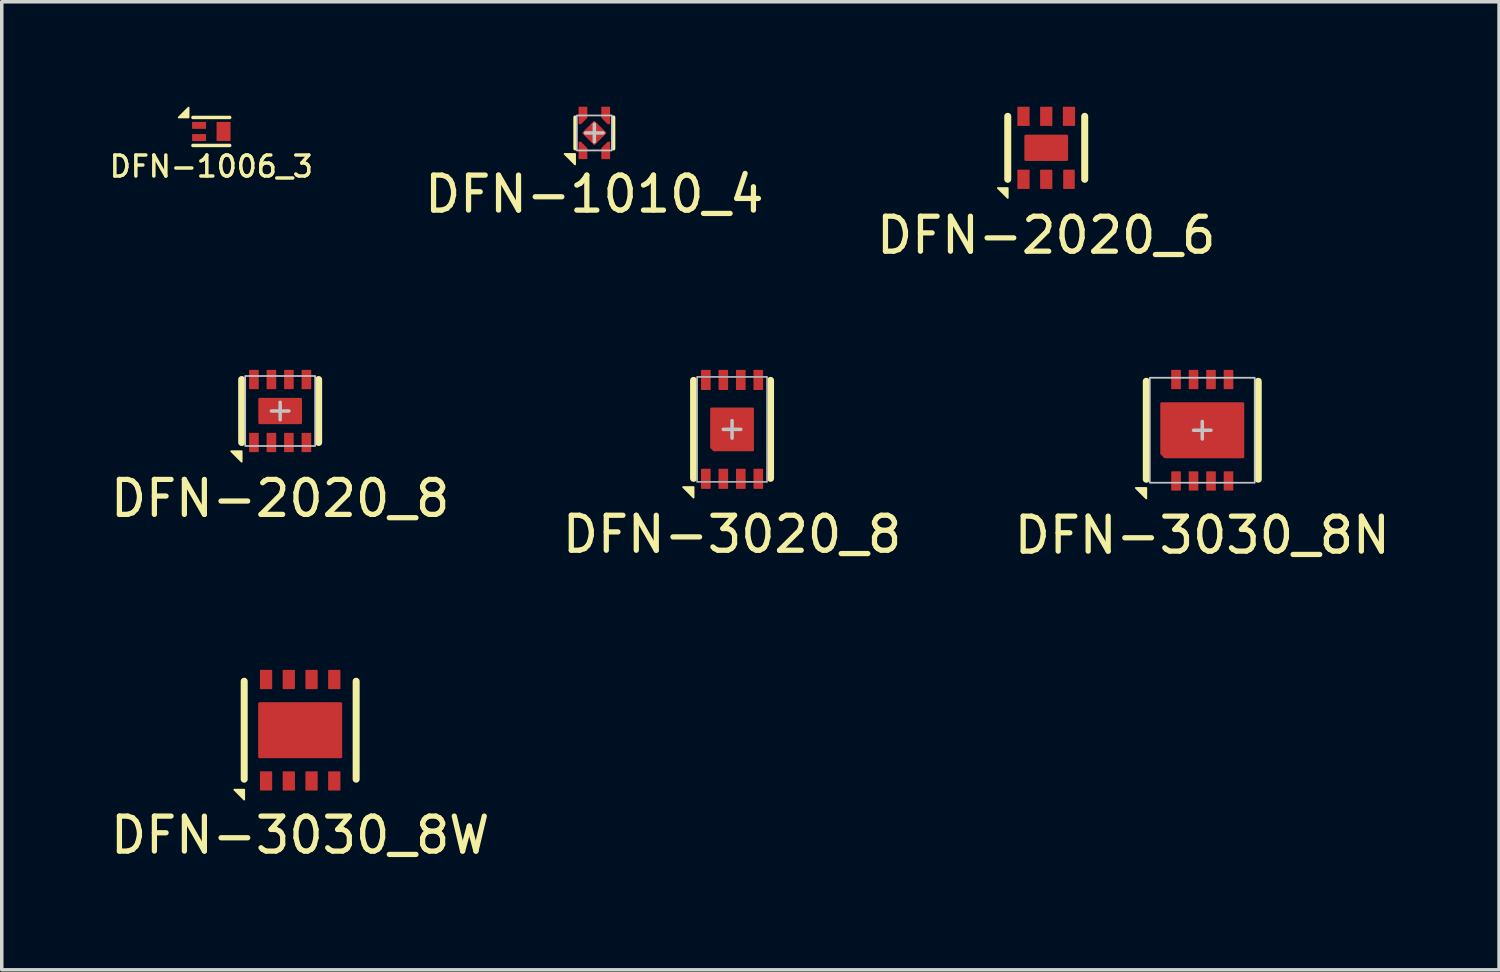
<source format=kicad_pcb>
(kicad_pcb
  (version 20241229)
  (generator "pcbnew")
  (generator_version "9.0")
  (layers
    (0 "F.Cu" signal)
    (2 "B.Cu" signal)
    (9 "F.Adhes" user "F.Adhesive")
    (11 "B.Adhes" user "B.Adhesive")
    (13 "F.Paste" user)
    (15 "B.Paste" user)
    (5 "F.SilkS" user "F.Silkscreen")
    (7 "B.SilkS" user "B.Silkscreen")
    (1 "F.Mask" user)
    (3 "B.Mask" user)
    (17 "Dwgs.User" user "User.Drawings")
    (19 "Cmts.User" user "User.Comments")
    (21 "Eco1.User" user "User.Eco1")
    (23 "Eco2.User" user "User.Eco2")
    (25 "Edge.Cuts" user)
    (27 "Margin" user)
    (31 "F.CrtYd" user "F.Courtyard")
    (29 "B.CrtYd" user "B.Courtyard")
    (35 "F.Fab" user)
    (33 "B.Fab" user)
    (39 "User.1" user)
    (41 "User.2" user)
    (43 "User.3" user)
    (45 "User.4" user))
  (footprint "DFN-2020_6"
    (layer "F.Cu")
    (at 26.855 1.175)
    (property "Reference" "DFN-2020_6" (at 0 2.5 0) (unlocked yes) (layer "F.SilkS") (effects (font (size 1 1) (thickness 0.15))))
    (attr smd)
    (fp_line (start -1.1 0.9) (end -1.1 -0.9) (stroke (width 0.2) (type solid)) (layer "F.SilkS"))
    (fp_line (start 1.1 -0.9) (end 1.1 0.9) (stroke (width 0.2) (type solid)) (layer "F.SilkS"))
    (fp_poly (pts (xy -1.383 1.15) (xy -1.1 1.15) (xy -1.1 1.433)) (stroke (width 0.05) (type solid)) (fill yes) (layer "F.SilkS"))
    (pad "1" smd roundrect (at -0.65 0.9) (size 0.35 0.55) (layers "F.Cu" "F.Mask" "F.Paste") (roundrect_rratio 0.05))
    (pad "2" smd roundrect (at 0 0.9) (size 0.35 0.55) (layers "F.Cu" "F.Mask" "F.Paste") (roundrect_rratio 0.05))
    (pad "3" smd roundrect (at 0.65 0.9) (size 0.33 0.55) (layers "F.Cu" "F.Mask" "F.Paste") (roundrect_rratio 0.05))
    (pad "4" smd roundrect (at 0.65 -0.9) (size 0.35 0.55) (layers "F.Cu" "F.Mask" "F.Paste") (roundrect_rratio 0.05))
    (pad "5" smd roundrect (at 0 -0.9) (size 0.35 0.55) (layers "F.Cu" "F.Mask" "F.Paste") (roundrect_rratio 0.05))
    (pad "6" smd roundrect (at -0.65 -0.9) (size 0.35 0.55) (layers "F.Cu" "F.Mask" "F.Paste") (roundrect_rratio 0.05))
    (pad "7" smd roundrect (at 0 0) (size 1.25 0.75) (layers "F.Cu" "F.Mask" "F.Paste") (roundrect_rratio 0.05)))
  (footprint "DFN-3020_8"
    (layer "F.Cu")
    (at 17.875 9.223)
    (property "Reference" "DFN-3020_8" (at 0 3 0) (unlocked yes) (layer "F.SilkS") (effects (font (size 1 1) (thickness 0.15))))
    (attr smd)
    (fp_line (start -1.1 1.4) (end -1.1 -1.4) (stroke (width 0.2) (type solid)) (layer "F.SilkS"))
    (fp_line (start 1.1 -1.4) (end 1.1 1.4) (stroke (width 0.2) (type solid)) (layer "F.SilkS"))
    (fp_poly (pts (xy -1.4 1.65) (xy -1.1 1.65) (xy -1.1 1.95)) (stroke (width 0.05) (type solid)) (fill yes) (layer "F.SilkS"))
    (fp_line (start -0.25 0) (end 0.25 0) (stroke (width 0.1) (type solid)) (layer "Dwgs.User"))
    (fp_line (start 0 -0.25) (end 0 0.25) (stroke (width 0.1) (type solid)) (layer "Dwgs.User"))
    (fp_rect (start -1 -1.5) (end 1 1.5) (stroke (width 0.05) (type solid)) (fill no) (layer "F.Fab"))
    (pad "1" smd roundrect (at -0.75 1.413 90) (size 0.575 0.275) (layers "F.Cu" "F.Mask" "F.Paste") (roundrect_rratio 0.05))
    (pad "2" smd roundrect (at -0.25 1.413 90) (size 0.575 0.275) (layers "F.Cu" "F.Mask" "F.Paste") (roundrect_rratio 0.05))
    (pad "3" smd roundrect (at 0.25 1.413 90) (size 0.575 0.275) (layers "F.Cu" "F.Mask" "F.Paste") (roundrect_rratio 0.05))
    (pad "4" smd roundrect (at 0.75 1.413 90) (size 0.575 0.275) (layers "F.Cu" "F.Mask" "F.Paste") (roundrect_rratio 0.05))
    (pad "5" smd roundrect (at 0.75 -1.413 90) (size 0.575 0.275) (layers "F.Cu" "F.Mask" "F.Paste") (roundrect_rratio 0.05))
    (pad "6" smd roundrect (at 0.25 -1.413 90) (size 0.575 0.275) (layers "F.Cu" "F.Mask" "F.Paste") (roundrect_rratio 0.05))
    (pad "7" smd roundrect (at -0.25 -1.413 90) (size 0.575 0.275) (layers "F.Cu" "F.Mask" "F.Paste") (roundrect_rratio 0.05))
    (pad "8" smd roundrect (at -0.75 -1.413 90) (size 0.575 0.275) (layers "F.Cu" "F.Mask" "F.Paste") (roundrect_rratio 0.05))
    (pad "EP" smd roundrect (at 0 0) (size 1.25 1.25) (layers "F.Cu" "F.Mask" "F.Paste") (roundrect_rratio 0.025) (chamfer_ratio 0.075) (chamfer bottom_left)))
  (footprint "DFN-1010_4"
    (layer "F.Cu")
    (at 13.938 0.75)
    (property "Reference" "DFN-1010_4" (at 0 1.75 0) (unlocked yes) (layer "F.SilkS") (effects (font (size 1 1) (thickness 0.15))))
    (attr smd)
    (fp_line (start -0.55 0.45) (end -0.55 -0.45) (stroke (width 0.1) (type solid)) (layer "F.SilkS"))
    (fp_line (start 0.55 0.45) (end 0.55 -0.45) (stroke (width 0.1) (type solid)) (layer "F.SilkS"))
    (fp_poly (pts (xy -0.85 0.6) (xy -0.55 0.6) (xy -0.55 0.9)) (stroke (width 0.05) (type solid)) (fill yes) (layer "F.SilkS"))
    (fp_line (start -0.25 0) (end 0.25 0) (stroke (width 0.1) (type solid)) (layer "Dwgs.User"))
    (fp_line (start 0 -0.25) (end 0 0.25) (stroke (width 0.1) (type solid)) (layer "Dwgs.User"))
    (fp_rect (start -0.5 -0.5) (end 0.5 0.5) (stroke (width 0.05) (type solid)) (fill no) (layer "Dwgs.User"))
    (pad "1" smd custom (at -0.325 0.5 90) (size 0.1 0.1) (layers "F.Cu" "F.Mask" "F.Paste") (options (anchor circle)) (primitives (gr_poly (pts (xy 0.237 -0.062) (xy 0.062 0.113) (xy -0.237 0.113) (xy -0.237 -0.113) (xy 0.237 -0.113)) (width 0.025) (fill yes))))
    (pad "2" smd custom (at 0.325 0.5 270) (size 0.1 0.1) (layers "F.Cu" "F.Mask" "F.Paste") (options (anchor circle)) (primitives (gr_poly (pts (xy 0.237 0.113) (xy -0.062 0.113) (xy -0.237 -0.062) (xy -0.237 -0.113) (xy 0.237 -0.113)) (width 0.025) (fill yes))))
    (pad "3" smd custom (at 0.325 -0.5 270) (size 0.1 0.1) (layers "F.Cu" "F.Mask" "F.Paste") (options (anchor circle)) (primitives (gr_poly (pts (xy 0.237 -0.062) (xy 0.062 0.113) (xy -0.237 0.113) (xy -0.237 -0.113) (xy 0.237 -0.113)) (width 0.025) (fill yes))))
    (pad "4" smd custom (at -0.325 -0.5 90) (size 0.1 0.1) (layers "F.Cu" "F.Mask" "F.Paste") (options (anchor circle)) (primitives (gr_poly (pts (xy 0.237 0.113) (xy -0.062 0.113) (xy -0.237 -0.062) (xy -0.237 -0.113) (xy 0.237 -0.113)) (width 0.025) (fill yes))))
    (pad "EP" smd roundrect (at 0 0 135) (size 0.5 0.5) (layers "F.Cu" "F.Mask" "F.Paste") (roundrect_rratio 0.05)))
  (footprint "DFN-1006_3"
    (layer "F.Cu")
    (at 2.99 0.708)
    (property "Reference" "DFN-1006_3" (at 0 1 0) (unlocked yes) (layer "F.SilkS") (effects (font (size 0.6 0.6) (thickness 0.1))))
    (attr smd)
    (fp_line (start -0.525 -0.4) (end 0.525 -0.4) (stroke (width 0.1) (type solid)) (layer "F.SilkS"))
    (fp_line (start -0.525 0.4) (end 0.525 0.4) (stroke (width 0.1) (type solid)) (layer "F.SilkS"))
    (fp_poly (pts (xy -0.65 -0.683) (xy -0.65 -0.4) (xy -0.933 -0.4)) (stroke (width 0.05) (type solid)) (fill yes) (layer "F.SilkS"))
    (pad "1" smd roundrect (at -0.35 -0.175) (size 0.4 0.2) (layers "F.Cu" "F.Mask" "F.Paste") (roundrect_rratio 0.05))
    (pad "2" smd roundrect (at -0.35 0.175) (size 0.4 0.2) (layers "F.Cu" "F.Mask" "F.Paste") (roundrect_rratio 0.05))
    (pad "3" smd roundrect (at 0.35 0) (size 0.4 0.55) (layers "F.Cu" "F.Mask" "F.Paste") (roundrect_rratio 0.05)))
  (footprint "DFN-3030_8N"
    (layer "F.Cu")
    (at 31.315 9.248)
    (property "Reference" "DFN-3030_8N" (at 0 3 0) (unlocked yes) (layer "F.SilkS") (effects (font (size 1 1) (thickness 0.15))))
    (attr smd)
    (fp_line (start -1.6 1.4) (end -1.6 -1.4) (stroke (width 0.2) (type solid)) (layer "F.SilkS"))
    (fp_line (start 1.6 -1.4) (end 1.6 1.4) (stroke (width 0.2) (type solid)) (layer "F.SilkS"))
    (fp_poly (pts (xy -1.9 1.65) (xy -1.6 1.65) (xy -1.6 1.95)) (stroke (width 0.05) (type solid)) (fill yes) (layer "F.SilkS"))
    (fp_rect (start -1.05 -0.65) (end -0.1 -0.1) (stroke (width 0) (type solid)) (fill yes) (layer "F.Paste"))
    (fp_rect (start -1.05 0.1) (end -0.1 0.65) (stroke (width 0) (type solid)) (fill yes) (layer "F.Paste"))
    (fp_rect (start 0.1 -0.65) (end 1.05 -0.1) (stroke (width 0) (type solid)) (fill yes) (layer "F.Paste"))
    (fp_rect (start 0.1 0.1) (end 1.05 0.65) (stroke (width 0) (type solid)) (fill yes) (layer "F.Paste"))
    (fp_line (start -0.25 0) (end 0.25 0) (stroke (width 0.1) (type solid)) (layer "Dwgs.User"))
    (fp_line (start 0 -0.25) (end 0 0.25) (stroke (width 0.1) (type solid)) (layer "Dwgs.User"))
    (fp_rect (start -1.5 -1.5) (end 1.5 1.5) (stroke (width 0.05) (type solid)) (fill no) (layer "Dwgs.User"))
    (pad "1" smd roundrect (at -0.75 1.45) (size 0.275 0.55) (layers "F.Cu" "F.Mask" "F.Paste") (roundrect_rratio 0.05))
    (pad "2" smd roundrect (at -0.25 1.45) (size 0.275 0.55) (layers "F.Cu" "F.Mask" "F.Paste") (roundrect_rratio 0.05))
    (pad "3" smd roundrect (at 0.25 1.45) (size 0.275 0.55) (layers "F.Cu" "F.Mask" "F.Paste") (roundrect_rratio 0.05))
    (pad "4" smd roundrect (at 0.75 1.45) (size 0.275 0.55) (layers "F.Cu" "F.Mask" "F.Paste") (roundrect_rratio 0.05))
    (pad "5" smd roundrect (at 0.75 -1.45) (size 0.275 0.55) (layers "F.Cu" "F.Mask" "F.Paste") (roundrect_rratio 0.05))
    (pad "6" smd roundrect (at 0.25 -1.45) (size 0.275 0.55) (layers "F.Cu" "F.Mask" "F.Paste") (roundrect_rratio 0.05))
    (pad "7" smd roundrect (at -0.25 -1.45) (size 0.275 0.55) (layers "F.Cu" "F.Mask" "F.Paste") (roundrect_rratio 0.05))
    (pad "8" smd roundrect (at -0.75 -1.45) (size 0.275 0.55) (layers "F.Cu" "F.Mask" "F.Paste") (roundrect_rratio 0.05))
    (pad "9" smd roundrect (at 0 0) (size 2.4 1.6) (layers "F.Cu" "F.Mask") (roundrect_rratio 0.025) (chamfer_ratio 0.075) (chamfer bottom_left)))
  (footprint "DFN-3030_8W"
    (layer "F.Cu")
    (at 5.53 17.822)
    (property "Reference" "DFN-3030_8W" (at 0 3 0) (unlocked yes) (layer "F.SilkS") (effects (font (size 1 1) (thickness 0.15))))
    (attr smd)
    (fp_line (start -1.6 1.4) (end -1.6 -1.4) (stroke (width 0.2) (type solid)) (layer "F.SilkS"))
    (fp_line (start 1.6 -1.4) (end 1.6 1.4) (stroke (width 0.2) (type solid)) (layer "F.SilkS"))
    (fp_poly (pts (xy -1.883 1.7) (xy -1.6 1.7) (xy -1.6 1.983)) (stroke (width 0.05) (type solid)) (fill yes) (layer "F.SilkS"))
    (fp_rect (start -1.05 -0.65) (end -0.1 -0.1) (stroke (width 0) (type solid)) (fill yes) (layer "F.Paste"))
    (fp_rect (start -1.05 0.1) (end -0.1 0.65) (stroke (width 0) (type solid)) (fill yes) (layer "F.Paste"))
    (fp_rect (start 0.1 -0.65) (end 1.05 -0.1) (stroke (width 0) (type solid)) (fill yes) (layer "F.Paste"))
    (fp_rect (start 0.1 0.1) (end 1.05 0.65) (stroke (width 0) (type solid)) (fill yes) (layer "F.Paste"))
    (pad "1" smd roundrect (at -0.975 1.45) (size 0.35 0.55) (layers "F.Cu" "F.Mask" "F.Paste") (roundrect_rratio 0.05))
    (pad "2" smd roundrect (at -0.325 1.45) (size 0.35 0.55) (layers "F.Cu" "F.Mask" "F.Paste") (roundrect_rratio 0.05))
    (pad "3" smd roundrect (at 0.325 1.45) (size 0.35 0.55) (layers "F.Cu" "F.Mask" "F.Paste") (roundrect_rratio 0.05))
    (pad "4" smd roundrect (at 0.975 1.45) (size 0.35 0.55) (layers "F.Cu" "F.Mask" "F.Paste") (roundrect_rratio 0.05))
    (pad "5" smd roundrect (at 0.975 -1.45) (size 0.35 0.55) (layers "F.Cu" "F.Mask" "F.Paste") (roundrect_rratio 0.05))
    (pad "6" smd roundrect (at 0.325 -1.45) (size 0.35 0.55) (layers "F.Cu" "F.Mask" "F.Paste") (roundrect_rratio 0.05))
    (pad "7" smd roundrect (at -0.325 -1.45) (size 0.35 0.55) (layers "F.Cu" "F.Mask" "F.Paste") (roundrect_rratio 0.05))
    (pad "8" smd roundrect (at -0.975 -1.45) (size 0.35 0.55) (layers "F.Cu" "F.Mask" "F.Paste") (roundrect_rratio 0.05))
    (pad "9" smd roundrect (at 0 0) (size 2.4 1.6) (layers "F.Cu" "F.Mask") (roundrect_rratio 0.025)))
  (footprint "DFN-2020_8"
    (layer "F.Cu")
    (at 4.958 8.698)
    (property "Reference" "DFN-2020_8" (at 0 2.5 0) (unlocked yes) (layer "F.SilkS") (effects (font (size 1 1) (thickness 0.15))))
    (attr smd)
    (fp_line (start -1.1 0.9) (end -1.1 -0.9) (stroke (width 0.2) (type solid)) (layer "F.SilkS"))
    (fp_line (start 1.1 -0.9) (end 1.1 0.9) (stroke (width 0.2) (type solid)) (layer "F.SilkS"))
    (fp_poly (pts (xy -1.4 1.15) (xy -1.1 1.15) (xy -1.1 1.45)) (stroke (width 0.05) (type solid)) (fill yes) (layer "F.SilkS"))
    (fp_line (start -0.25 0) (end 0.25 0) (stroke (width 0.1) (type solid)) (layer "Dwgs.User"))
    (fp_line (start 0 -0.25) (end 0 0.25) (stroke (width 0.1) (type solid)) (layer "Dwgs.User"))
    (fp_rect (start -1 -1) (end 1 1) (stroke (width 0.05) (type solid)) (fill no) (layer "Dwgs.User"))
    (pad "1" smd roundrect (at -0.75 0.9) (size 0.275 0.55) (layers "F.Cu" "F.Mask" "F.Paste") (roundrect_rratio 0.05))
    (pad "2" smd roundrect (at -0.25 0.9) (size 0.275 0.55) (layers "F.Cu" "F.Mask" "F.Paste") (roundrect_rratio 0.05))
    (pad "3" smd roundrect (at 0.25 0.9) (size 0.275 0.55) (layers "F.Cu" "F.Mask" "F.Paste") (roundrect_rratio 0.05))
    (pad "4" smd roundrect (at 0.75 0.9) (size 0.275 0.55) (layers "F.Cu" "F.Mask" "F.Paste") (roundrect_rratio 0.05))
    (pad "5" smd roundrect (at 0.75 -0.9) (size 0.275 0.55) (layers "F.Cu" "F.Mask" "F.Paste") (roundrect_rratio 0.05))
    (pad "6" smd roundrect (at 0.25 -0.9) (size 0.275 0.55) (layers "F.Cu" "F.Mask" "F.Paste") (roundrect_rratio 0.05))
    (pad "7" smd roundrect (at -0.25 -0.9) (size 0.275 0.55) (layers "F.Cu" "F.Mask" "F.Paste") (roundrect_rratio 0.05))
    (pad "8" smd roundrect (at -0.75 -0.9) (size 0.275 0.55) (layers "F.Cu" "F.Mask" "F.Paste") (roundrect_rratio 0.05))
    (pad "9" smd roundrect (at 0 0) (size 1.25 0.75) (layers "F.Cu" "F.Mask" "F.Paste") (roundrect_rratio 0.05)))
  (gr_rect
    (start -3 -3)
    (end 39.798 24.67)
    (stroke (width 0.1) (type default))
    (fill no)
    (layer "Edge.Cuts")))
</source>
